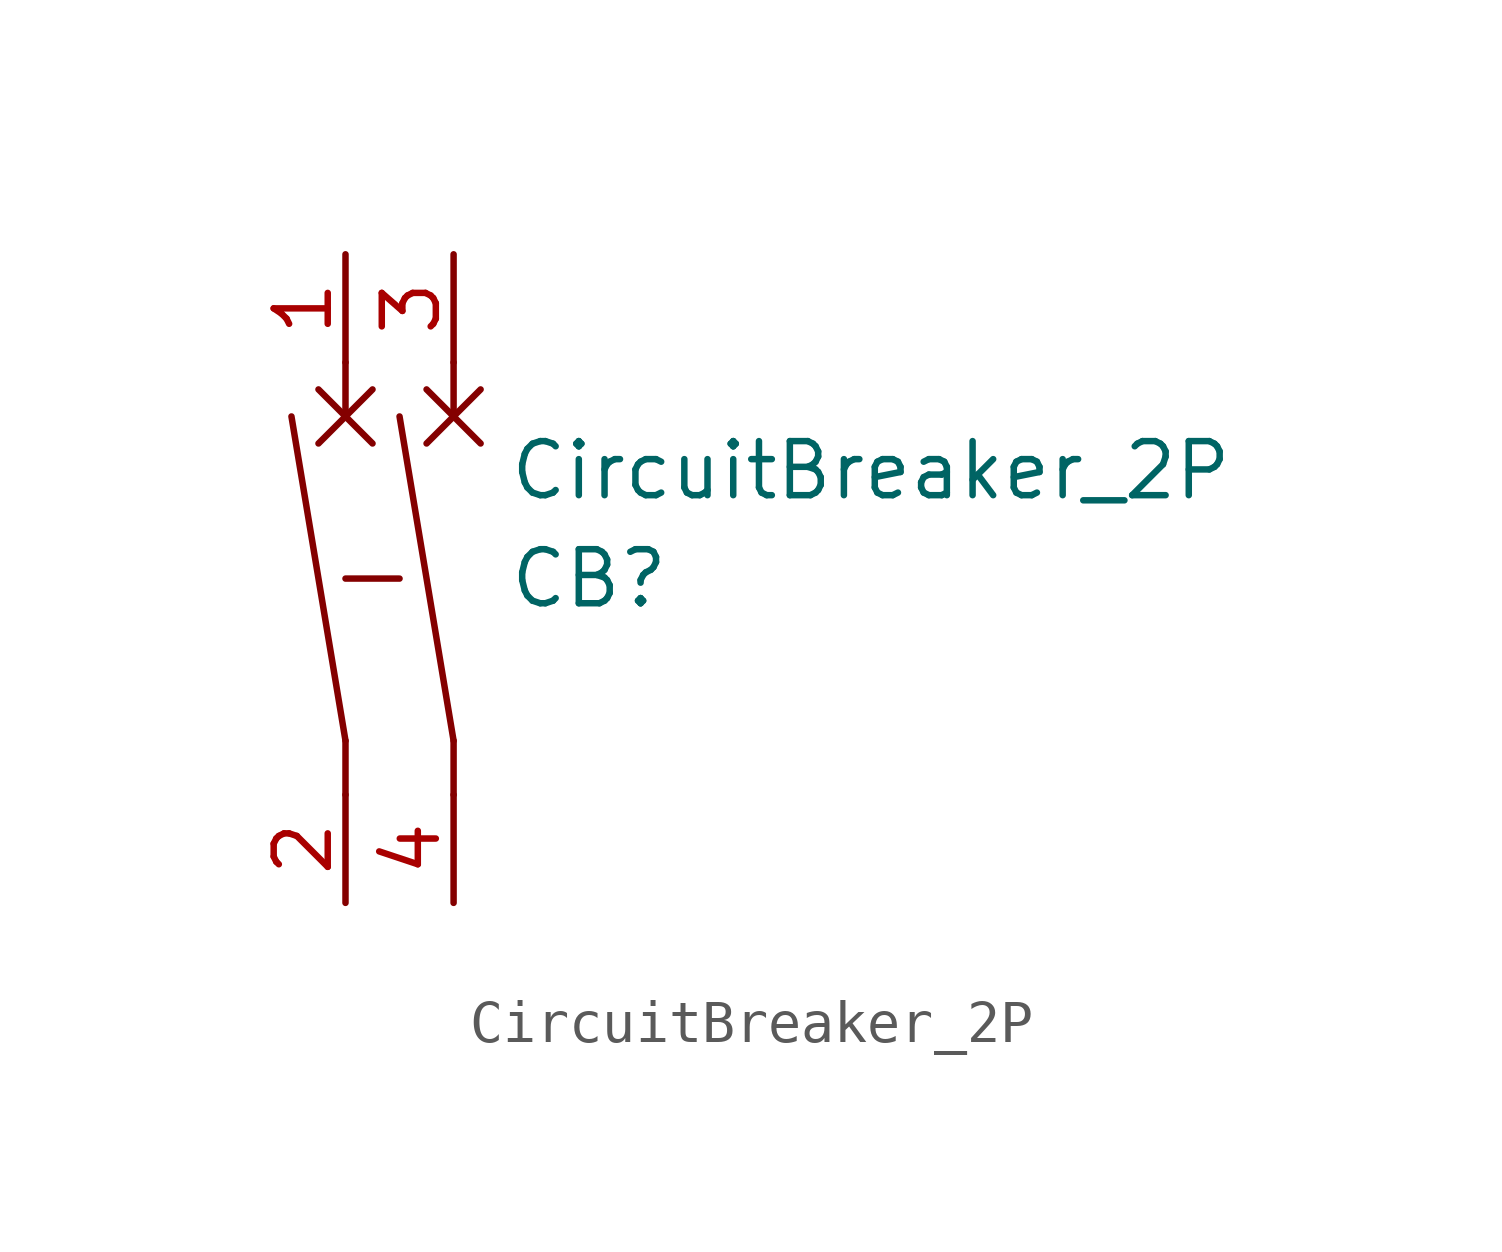
<source format=kicad_sym>
(kicad_symbol_lib
  (version 20211014)
  (generator kicad_symbol_editor)
  (symbol "CircuitBreaker_2P"
    (property "Reference" "CB"
      (at 3.81 0 0)
      (effects (font (size 1.27 1.27)) (justify left)))
    (property "Value" "CircuitBreaker_2P"
      (at 3.81 2.54 0)
      (effects (font (size 1.27 1.27)) (justify left)))
    (symbol "CircuitBreaker_2P_0_1"
      (polyline (pts (xy 0 -3.81) (xy -1.27 3.81)) (stroke (width 0) (type default) (color 0 0 0 0)) (fill (type none)))
      (polyline (pts (xy 0 0) (xy 1.27 0)) (stroke (width 0) (type default) (color 0 0 0 0)) (fill (type none)))
      (polyline (pts (xy 2.54 -5.08) (xy 2.54 -3.81)) (stroke (width 0) (type default) (color 0 0 0 0)) (fill (type none)))
      (polyline (pts (xy 2.54 -3.81) (xy 1.27 3.81)) (stroke (width 0) (type default) (color 0 0 0 0)) (fill (type none))))
    (symbol "CircuitBreaker_2P_1_1"
      (polyline (pts (xy -0.635 4.445) (xy 0.635 3.175)) (stroke (width 0) (type default) (color 0 0 0 0)) (fill (type none)))
      (polyline (pts (xy 0 -3.81) (xy 0 -5.08)) (stroke (width 0) (type default) (color 0 0 0 0)) (fill (type none)))
      (polyline (pts (xy 0 5.08) (xy 0 3.81)) (stroke (width 0) (type default) (color 0 0 0 0)) (fill (type none)))
      (polyline (pts (xy 0.635 4.445) (xy -0.635 3.175)) (stroke (width 0) (type default) (color 0 0 0 0)) (fill (type none)))
      (polyline (pts (xy 1.905 4.445) (xy 3.175 3.175)) (stroke (width 0) (type default) (color 0 0 0 0)) (fill (type none)))
      (polyline (pts (xy 2.54 5.08) (xy 2.54 3.81)) (stroke (width 0) (type default) (color 0 0 0 0)) (fill (type none)))
      (polyline (pts (xy 3.175 4.445) (xy 1.905 3.175)) (stroke (width 0) (type default) (color 0 0 0 0)) (fill (type none)))
      (pin passive line (at 0 7.62 270) (length 2.54) (name "~" (effects (font (size 1.27 1.27)))) (number "1" (effects (font (size 1.27 1.27)))))
      (pin passive line (at 0 -7.62 90) (length 2.54) (name "~" (effects (font (size 1.27 1.27)))) (number "2" (effects (font (size 1.27 1.27)))))
      (pin passive line (at 2.54 7.62 270) (length 2.54) (name "~" (effects (font (size 1.27 1.27)))) (number "3" (effects (font (size 1.27 1.27)))))
      (pin passive line (at 2.54 -7.62 90) (length 2.54) (name "~" (effects (font (size 1.27 1.27)))) (number "4" (effects (font (size 1.27 1.27))))))))
</source>
